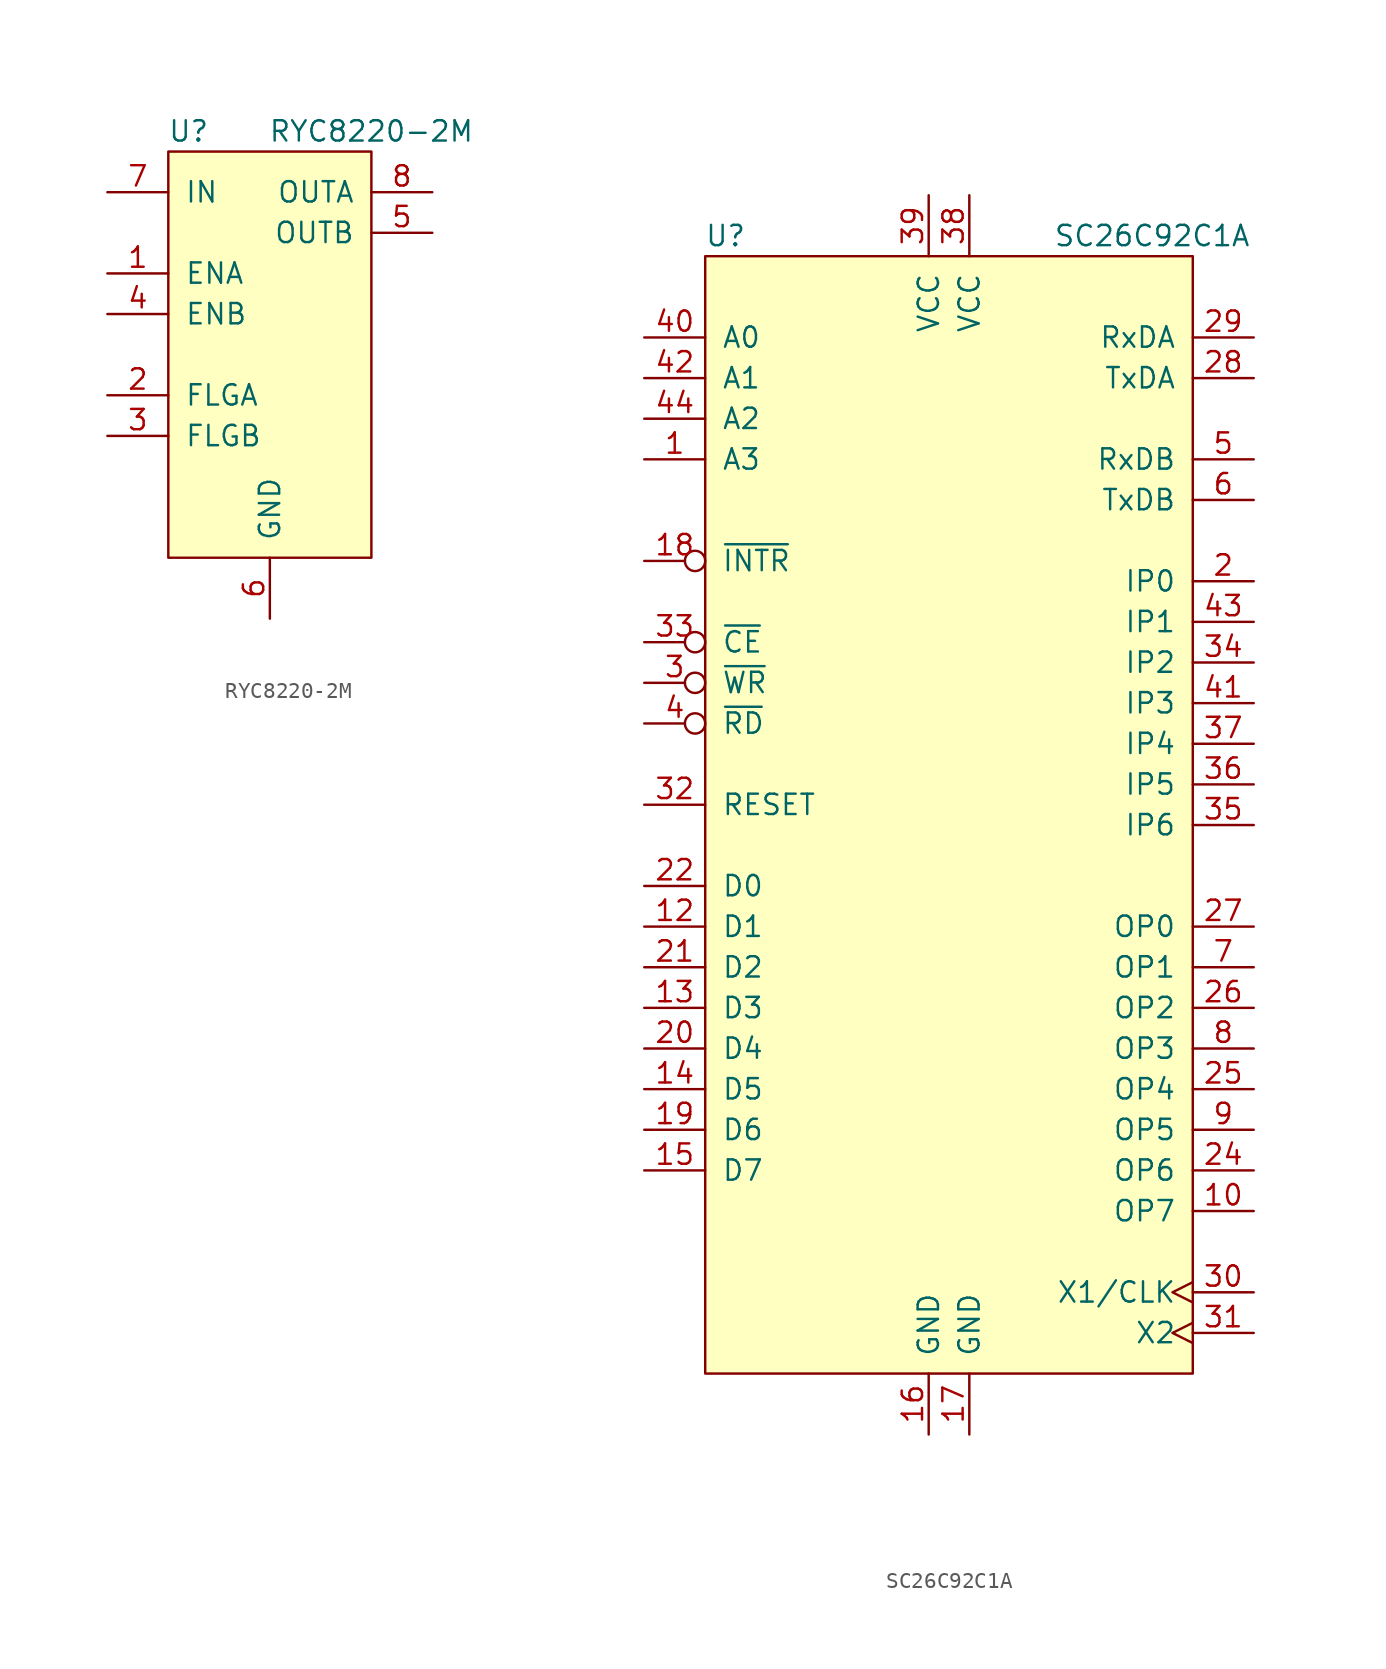
<source format=kicad_sym>
(kicad_symbol_lib
  (version 20220914)
  (generator kicad_symbol_editor)
  (symbol "RYC8220-2M"
    (pin_names
      (offset 1.016))
    (property "Reference" "U"
      (at -5.08 7.62 0)
      (effects (font (size 1.27 1.27))))
    (property "Value" "RYC8220-2M"
      (at 6.35 7.62 0)
      (effects (font (size 1.27 1.27))))
    (symbol "RYC8220-2M_0_1"
      (rectangle (start -6.35 6.35) (end 6.35 -19.05) (stroke (width 0) (type default)) (fill (type background))))
    (symbol "RYC8220-2M_1_1"
      (pin input line (at -10.16 -1.27 0) (length 3.81) (name "ENA" (effects (font (size 1.27 1.27)))) (number "1" (effects (font (size 1.27 1.27)))))
      (pin output line (at -10.16 -8.89 0) (length 3.81) (name "FLGA" (effects (font (size 1.27 1.27)))) (number "2" (effects (font (size 1.27 1.27)))))
      (pin output line (at -10.16 -11.43 0) (length 3.81) (name "FLGB" (effects (font (size 1.27 1.27)))) (number "3" (effects (font (size 1.27 1.27)))))
      (pin input line (at -10.16 -3.81 0) (length 3.81) (name "ENB" (effects (font (size 1.27 1.27)))) (number "4" (effects (font (size 1.27 1.27)))))
      (pin output line (at 10.16 1.27 180) (length 3.81) (name "OUTB" (effects (font (size 1.27 1.27)))) (number "5" (effects (font (size 1.27 1.27)))))
      (pin power_in line (at 0 -22.86 90) (length 3.81) (name "GND" (effects (font (size 1.27 1.27)))) (number "6" (effects (font (size 1.27 1.27)))))
      (pin input line (at -10.16 3.81 0) (length 3.81) (name "IN" (effects (font (size 1.27 1.27)))) (number "7" (effects (font (size 1.27 1.27)))))
      (pin output line (at 10.16 3.81 180) (length 3.81) (name "OUTA" (effects (font (size 1.27 1.27)))) (number "8" (effects (font (size 1.27 1.27)))))))
  (symbol "SC26C92C1A"
    (pin_names
      (offset 1.016))
    (property "Reference" "U"
      (at -13.97 35.56 0)
      (effects (font (size 1.27 1.27))))
    (property "Value" "SC26C92C1A"
      (at 12.7 35.56 0)
      (effects (font (size 1.27 1.27))))
    (symbol "SC26C92C1A_0_1"
      (rectangle (start -15.24 34.29) (end 15.24 -35.56) (stroke (width 0) (type default)) (fill (type background))))
    (symbol "SC26C92C1A_1_1"
      (pin input line (at -19.05 21.59 0) (length 3.81) (name "A3" (effects (font (size 1.27 1.27)))) (number "1" (effects (font (size 1.27 1.27)))))
      (pin output line (at 19.05 -25.4 180) (length 3.81) (name "OP7" (effects (font (size 1.27 1.27)))) (number "10" (effects (font (size 1.27 1.27)))))
      (pin no_connect line (at -19.05 -27.94 0) (length 3.81) hide (name "NC" (effects (font (size 1.27 1.27)))) (number "11" (effects (font (size 1.27 1.27)))))
      (pin bidirectional line (at -19.05 -7.62 0) (length 3.81) (name "D1" (effects (font (size 1.27 1.27)))) (number "12" (effects (font (size 1.27 1.27)))))
      (pin bidirectional line (at -19.05 -12.7 0) (length 3.81) (name "D3" (effects (font (size 1.27 1.27)))) (number "13" (effects (font (size 1.27 1.27)))))
      (pin bidirectional line (at -19.05 -17.78 0) (length 3.81) (name "D5" (effects (font (size 1.27 1.27)))) (number "14" (effects (font (size 1.27 1.27)))))
      (pin bidirectional line (at -19.05 -22.86 0) (length 3.81) (name "D7" (effects (font (size 1.27 1.27)))) (number "15" (effects (font (size 1.27 1.27)))))
      (pin power_in line (at -1.27 -39.37 90) (length 3.81) (name "GND" (effects (font (size 1.27 1.27)))) (number "16" (effects (font (size 1.27 1.27)))))
      (pin power_in line (at 1.27 -39.37 90) (length 3.81) (name "GND" (effects (font (size 1.27 1.27)))) (number "17" (effects (font (size 1.27 1.27)))))
      (pin output inverted (at -19.05 15.24 0) (length 3.81) (name "~{INTR}" (effects (font (size 1.27 1.27)))) (number "18" (effects (font (size 1.27 1.27)))))
      (pin bidirectional line (at -19.05 -20.32 0) (length 3.81) (name "D6" (effects (font (size 1.27 1.27)))) (number "19" (effects (font (size 1.27 1.27)))))
      (pin input line (at 19.05 13.97 180) (length 3.81) (name "IP0" (effects (font (size 1.27 1.27)))) (number "2" (effects (font (size 1.27 1.27)))))
      (pin bidirectional line (at -19.05 -15.24 0) (length 3.81) (name "D4" (effects (font (size 1.27 1.27)))) (number "20" (effects (font (size 1.27 1.27)))))
      (pin bidirectional line (at -19.05 -10.16 0) (length 3.81) (name "D2" (effects (font (size 1.27 1.27)))) (number "21" (effects (font (size 1.27 1.27)))))
      (pin bidirectional line (at -19.05 -5.08 0) (length 3.81) (name "D0" (effects (font (size 1.27 1.27)))) (number "22" (effects (font (size 1.27 1.27)))))
      (pin no_connect line (at -19.05 -30.48 0) (length 3.81) hide (name "NC" (effects (font (size 1.27 1.27)))) (number "23" (effects (font (size 1.27 1.27)))))
      (pin output line (at 19.05 -22.86 180) (length 3.81) (name "OP6" (effects (font (size 1.27 1.27)))) (number "24" (effects (font (size 1.27 1.27)))))
      (pin output line (at 19.05 -17.78 180) (length 3.81) (name "OP4" (effects (font (size 1.27 1.27)))) (number "25" (effects (font (size 1.27 1.27)))))
      (pin output line (at 19.05 -12.7 180) (length 3.81) (name "OP2" (effects (font (size 1.27 1.27)))) (number "26" (effects (font (size 1.27 1.27)))))
      (pin output line (at 19.05 -7.62 180) (length 3.81) (name "OP0" (effects (font (size 1.27 1.27)))) (number "27" (effects (font (size 1.27 1.27)))))
      (pin output line (at 19.05 26.67 180) (length 3.81) (name "TxDA" (effects (font (size 1.27 1.27)))) (number "28" (effects (font (size 1.27 1.27)))))
      (pin input line (at 19.05 29.21 180) (length 3.81) (name "RxDA" (effects (font (size 1.27 1.27)))) (number "29" (effects (font (size 1.27 1.27)))))
      (pin input inverted (at -19.05 7.62 0) (length 3.81) (name "~{WR}" (effects (font (size 1.27 1.27)))) (number "3" (effects (font (size 1.27 1.27)))))
      (pin input clock (at 19.05 -30.48 180) (length 3.81) (name "X1/CLK" (effects (font (size 1.27 1.27)))) (number "30" (effects (font (size 1.27 1.27)))))
      (pin input clock (at 19.05 -33.02 180) (length 3.81) (name "X2" (effects (font (size 1.27 1.27)))) (number "31" (effects (font (size 1.27 1.27)))))
      (pin input line (at -19.05 0 0) (length 3.81) (name "RESET" (effects (font (size 1.27 1.27)))) (number "32" (effects (font (size 1.27 1.27)))))
      (pin input inverted (at -19.05 10.16 0) (length 3.81) (name "~{CE}" (effects (font (size 1.27 1.27)))) (number "33" (effects (font (size 1.27 1.27)))))
      (pin input line (at 19.05 8.89 180) (length 3.81) (name "IP2" (effects (font (size 1.27 1.27)))) (number "34" (effects (font (size 1.27 1.27)))))
      (pin input line (at 19.05 -1.27 180) (length 3.81) (name "IP6" (effects (font (size 1.27 1.27)))) (number "35" (effects (font (size 1.27 1.27)))))
      (pin input line (at 19.05 1.27 180) (length 3.81) (name "IP5" (effects (font (size 1.27 1.27)))) (number "36" (effects (font (size 1.27 1.27)))))
      (pin input line (at 19.05 3.81 180) (length 3.81) (name "IP4" (effects (font (size 1.27 1.27)))) (number "37" (effects (font (size 1.27 1.27)))))
      (pin power_in line (at 1.27 38.1 270) (length 3.81) (name "VCC" (effects (font (size 1.27 1.27)))) (number "38" (effects (font (size 1.27 1.27)))))
      (pin power_in line (at -1.27 38.1 270) (length 3.81) (name "VCC" (effects (font (size 1.27 1.27)))) (number "39" (effects (font (size 1.27 1.27)))))
      (pin input inverted (at -19.05 5.08 0) (length 3.81) (name "~{RD}" (effects (font (size 1.27 1.27)))) (number "4" (effects (font (size 1.27 1.27)))))
      (pin input line (at -19.05 29.21 0) (length 3.81) (name "A0" (effects (font (size 1.27 1.27)))) (number "40" (effects (font (size 1.27 1.27)))))
      (pin input line (at 19.05 6.35 180) (length 3.81) (name "IP3" (effects (font (size 1.27 1.27)))) (number "41" (effects (font (size 1.27 1.27)))))
      (pin input line (at -19.05 26.67 0) (length 3.81) (name "A1" (effects (font (size 1.27 1.27)))) (number "42" (effects (font (size 1.27 1.27)))))
      (pin input line (at 19.05 11.43 180) (length 3.81) (name "IP1" (effects (font (size 1.27 1.27)))) (number "43" (effects (font (size 1.27 1.27)))))
      (pin input line (at -19.05 24.13 0) (length 3.81) (name "A2" (effects (font (size 1.27 1.27)))) (number "44" (effects (font (size 1.27 1.27)))))
      (pin input line (at 19.05 21.59 180) (length 3.81) (name "RxDB" (effects (font (size 1.27 1.27)))) (number "5" (effects (font (size 1.27 1.27)))))
      (pin output line (at 19.05 19.05 180) (length 3.81) (name "TxDB" (effects (font (size 1.27 1.27)))) (number "6" (effects (font (size 1.27 1.27)))))
      (pin output line (at 19.05 -10.16 180) (length 3.81) (name "OP1" (effects (font (size 1.27 1.27)))) (number "7" (effects (font (size 1.27 1.27)))))
      (pin output line (at 19.05 -15.24 180) (length 3.81) (name "OP3" (effects (font (size 1.27 1.27)))) (number "8" (effects (font (size 1.27 1.27)))))
      (pin output line (at 19.05 -20.32 180) (length 3.81) (name "OP5" (effects (font (size 1.27 1.27)))) (number "9" (effects (font (size 1.27 1.27))))))))
</source>
